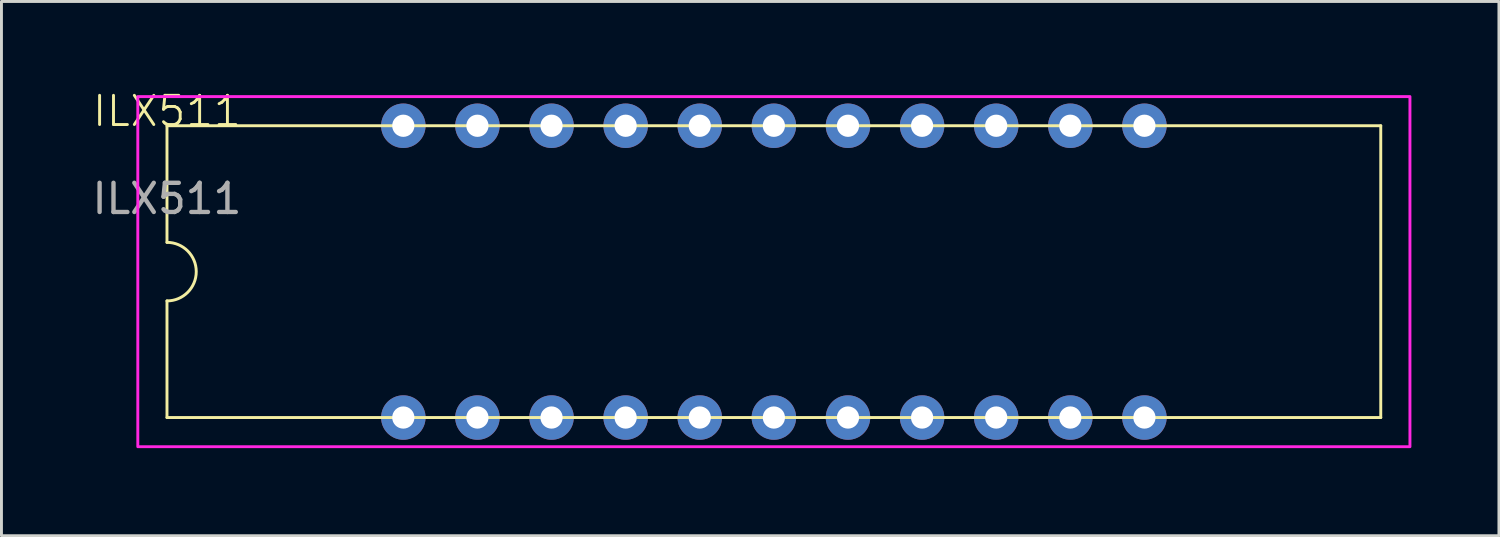
<source format=kicad_pcb>
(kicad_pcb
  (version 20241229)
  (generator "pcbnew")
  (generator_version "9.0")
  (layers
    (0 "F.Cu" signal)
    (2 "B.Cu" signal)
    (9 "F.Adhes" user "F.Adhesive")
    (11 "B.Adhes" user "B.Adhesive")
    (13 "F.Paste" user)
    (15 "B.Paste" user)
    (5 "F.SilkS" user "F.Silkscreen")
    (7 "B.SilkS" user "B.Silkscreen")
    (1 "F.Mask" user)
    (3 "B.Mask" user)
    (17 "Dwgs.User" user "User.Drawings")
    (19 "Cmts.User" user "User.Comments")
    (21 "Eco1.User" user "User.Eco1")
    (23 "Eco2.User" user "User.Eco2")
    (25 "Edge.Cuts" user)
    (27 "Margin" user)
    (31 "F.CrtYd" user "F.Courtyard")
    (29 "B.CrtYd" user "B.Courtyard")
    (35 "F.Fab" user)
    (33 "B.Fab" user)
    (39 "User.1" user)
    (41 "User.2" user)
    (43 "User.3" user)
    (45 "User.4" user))
  (footprint "ILX511"
    (layer "F.Cu")
    (at 2.673 1.26)
    (property "Reference" "ILX511" (at 0 -0.5 0) (unlocked yes) (layer "F.SilkS") (effects (font (size 1 1) (thickness 0.1))))
    (fp_line (start 0 0) (end 0 3.997) (stroke (width 0.1) (type default)) (layer "F.SilkS"))
    (fp_line (start 0 6.003) (end 0 10) (stroke (width 0.1) (type default)) (layer "F.SilkS"))
    (fp_line (start 0 10) (end 41.6 10) (stroke (width 0.1) (type default)) (layer "F.SilkS"))
    (fp_line (start 41.6 0) (end 0 0) (stroke (width 0.1) (type default)) (layer "F.SilkS"))
    (fp_line (start 41.6 0) (end 41.6 10) (stroke (width 0.1) (type default)) (layer "F.SilkS"))
    (fp_arc (start 0 3.996807) (mid 1.003193 5) (end 0 6.003193) (stroke (width 0.1) (type default)) (layer "F.SilkS"))
    (fp_rect (start -1 -1) (end 42.6 11) (stroke (width 0.1) (type default)) (fill no) (layer "F.CrtYd"))
    (fp_text user "${REFERENCE}" (at 0 2.5 0) (unlocked yes) (layer "F.Fab") (effects (font (size 1 1) (thickness 0.15))))
    (pad "1" thru_hole circle (at 8.1 10) (size 1.524 1.524) (drill 0.762) (layers "*.Cu" "*.Mask"))
    (pad "2" thru_hole circle (at 10.64 10) (size 1.524 1.524) (drill 0.762) (layers "*.Cu" "*.Mask"))
    (pad "3" thru_hole circle (at 13.18 10) (size 1.524 1.524) (drill 0.762) (layers "*.Cu" "*.Mask"))
    (pad "4" thru_hole circle (at 15.72 10) (size 1.524 1.524) (drill 0.762) (layers "*.Cu" "*.Mask"))
    (pad "5" thru_hole circle (at 18.26 10) (size 1.524 1.524) (drill 0.762) (layers "*.Cu" "*.Mask"))
    (pad "6" thru_hole circle (at 20.8 10) (size 1.524 1.524) (drill 0.762) (layers "*.Cu" "*.Mask"))
    (pad "7" thru_hole circle (at 23.34 10) (size 1.524 1.524) (drill 0.762) (layers "*.Cu" "*.Mask"))
    (pad "8" thru_hole circle (at 25.88 10) (size 1.524 1.524) (drill 0.762) (layers "*.Cu" "*.Mask"))
    (pad "9" thru_hole circle (at 28.42 10) (size 1.524 1.524) (drill 0.762) (layers "*.Cu" "*.Mask"))
    (pad "10" thru_hole circle (at 30.96 10) (size 1.524 1.524) (drill 0.762) (layers "*.Cu" "*.Mask"))
    (pad "11" thru_hole circle (at 33.5 10) (size 1.524 1.524) (drill 0.762) (layers "*.Cu" "*.Mask"))
    (pad "12" thru_hole circle (at 33.5 0) (size 1.524 1.524) (drill 0.762) (layers "*.Cu" "*.Mask"))
    (pad "13" thru_hole circle (at 30.96 0) (size 1.524 1.524) (drill 0.762) (layers "*.Cu" "*.Mask"))
    (pad "14" thru_hole circle (at 28.42 0) (size 1.524 1.524) (drill 0.762) (layers "*.Cu" "*.Mask"))
    (pad "15" thru_hole circle (at 25.88 0) (size 1.524 1.524) (drill 0.762) (layers "*.Cu" "*.Mask"))
    (pad "16" thru_hole circle (at 23.34 0) (size 1.524 1.524) (drill 0.762) (layers "*.Cu" "*.Mask"))
    (pad "17" thru_hole circle (at 20.8 0) (size 1.524 1.524) (drill 0.762) (layers "*.Cu" "*.Mask"))
    (pad "18" thru_hole circle (at 18.26 0) (size 1.524 1.524) (drill 0.762) (layers "*.Cu" "*.Mask"))
    (pad "19" thru_hole circle (at 15.72 0) (size 1.524 1.524) (drill 0.762) (layers "*.Cu" "*.Mask"))
    (pad "20" thru_hole circle (at 13.18 0) (size 1.524 1.524) (drill 0.762) (layers "*.Cu" "*.Mask"))
    (pad "21" thru_hole circle (at 10.64 0) (size 1.524 1.524) (drill 0.762) (layers "*.Cu" "*.Mask"))
    (pad "22" thru_hole circle (at 8.1 0) (size 1.524 1.524) (drill 0.762) (layers "*.Cu" "*.Mask")))
  (gr_rect
    (start -3 -3)
    (end 48.323 15.31)
    (stroke (width 0.1) (type default))
    (fill no)
    (layer "Edge.Cuts")))
</source>
